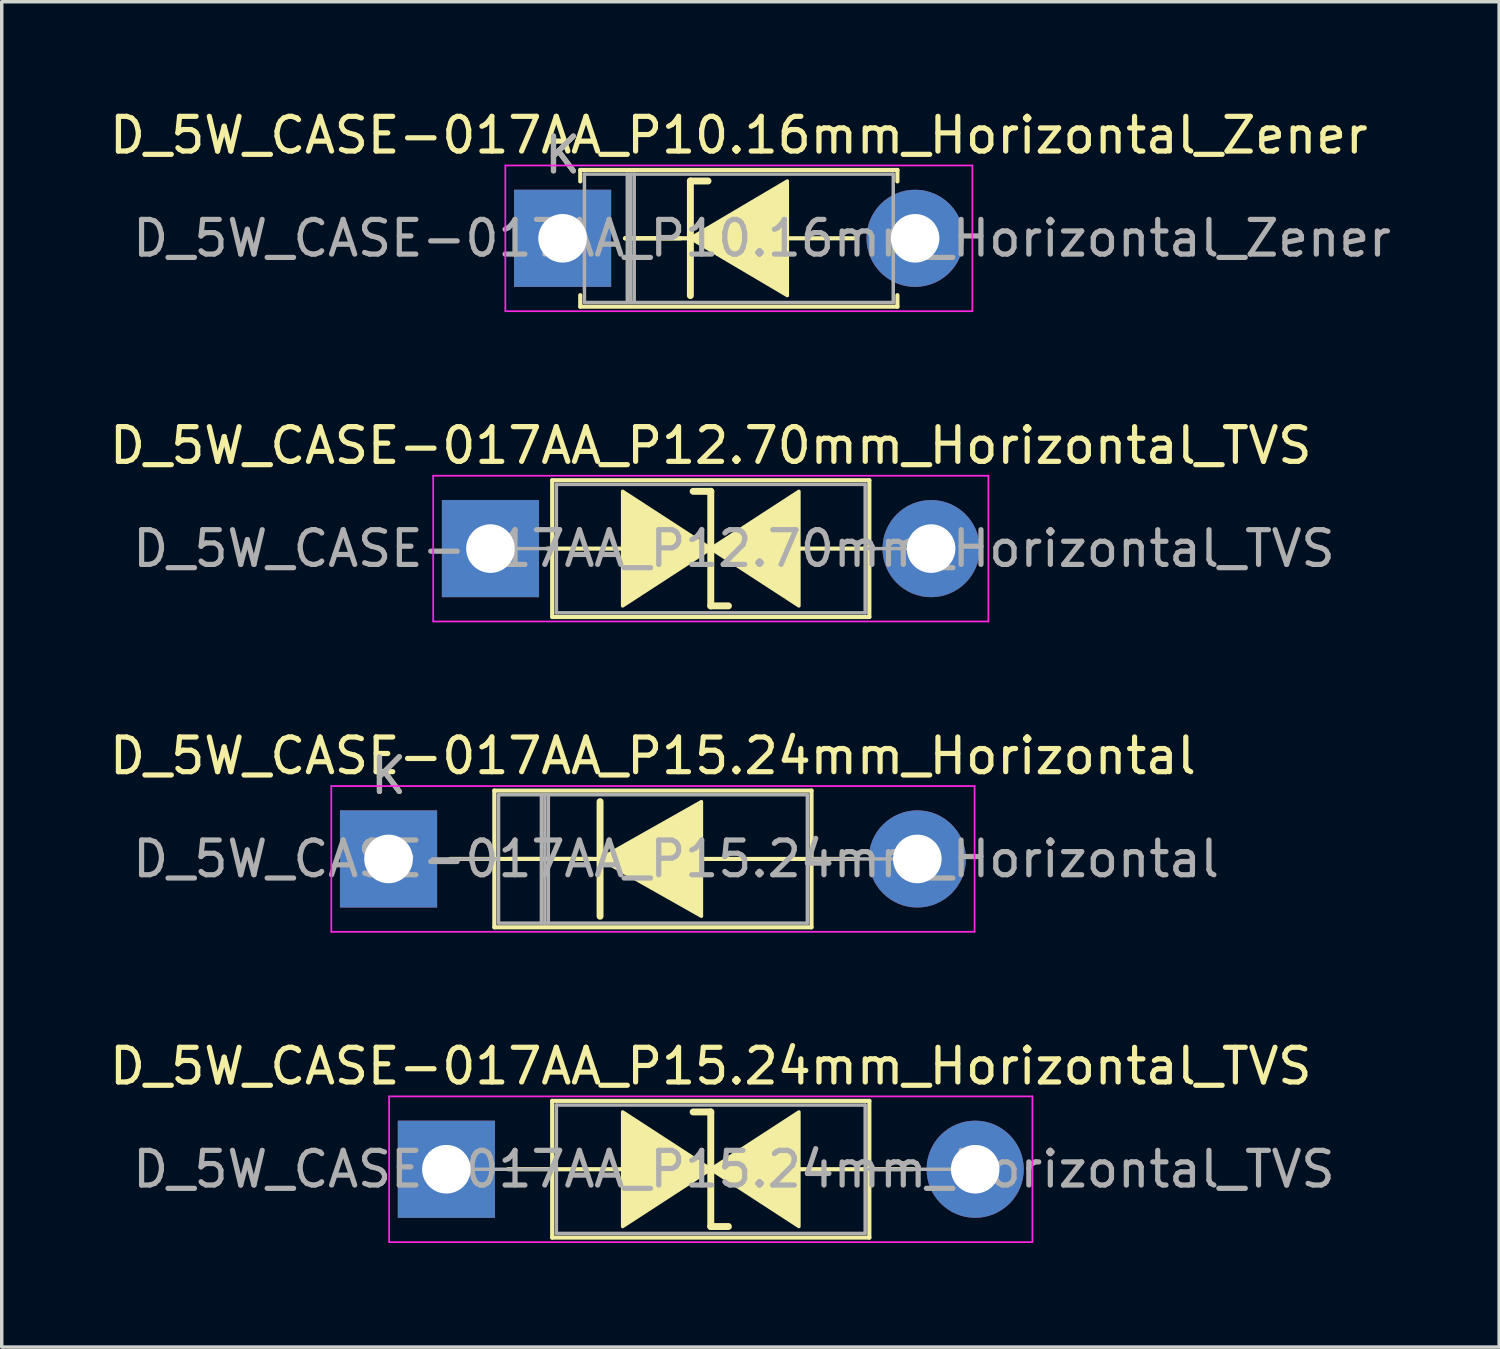
<source format=kicad_pcb>
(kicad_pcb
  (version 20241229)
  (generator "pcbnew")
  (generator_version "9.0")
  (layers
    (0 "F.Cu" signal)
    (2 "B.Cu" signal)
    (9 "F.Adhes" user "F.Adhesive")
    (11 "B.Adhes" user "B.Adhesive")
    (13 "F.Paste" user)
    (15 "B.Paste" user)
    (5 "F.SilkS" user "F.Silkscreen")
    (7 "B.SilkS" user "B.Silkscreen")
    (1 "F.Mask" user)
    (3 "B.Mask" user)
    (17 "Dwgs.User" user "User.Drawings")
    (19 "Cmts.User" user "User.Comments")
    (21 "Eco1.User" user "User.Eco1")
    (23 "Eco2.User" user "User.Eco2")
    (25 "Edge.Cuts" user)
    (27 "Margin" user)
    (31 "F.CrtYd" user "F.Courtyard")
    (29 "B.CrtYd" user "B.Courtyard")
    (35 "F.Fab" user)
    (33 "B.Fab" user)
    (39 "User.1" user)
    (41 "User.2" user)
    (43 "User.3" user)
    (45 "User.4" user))
  (footprint "D_5W_CASE-017AA_P15.24mm_Horizontal_TVS"
    (layer "F.Cu")
    (at 9.815 30.648)
    (property "Reference" "D_5W_CASE-017AA_P15.24mm_Horizontal_TVS" (at 7.62 -2.97 0) (layer "F.SilkS") (effects (font (size 1 1) (thickness 0.15))))
    (fp_line (start 1.778 0) (end 3.05 0) (stroke (width 0.12) (type solid)) (layer "F.SilkS"))
    (fp_line (start 3.048 0) (end 5.08 0) (stroke (width 0.12) (type solid)) (layer "F.SilkS"))
    (fp_line (start 3.05 -1.97) (end 3.05 1.97) (stroke (width 0.12) (type solid)) (layer "F.SilkS"))
    (fp_line (start 3.05 1.97) (end 12.19 1.97) (stroke (width 0.12) (type solid)) (layer "F.SilkS"))
    (fp_line (start 7.62 -1.651) (end 7.112 -1.651) (stroke (width 0.2) (type solid)) (layer "F.SilkS"))
    (fp_line (start 7.62 1.651) (end 7.62 -1.651) (stroke (width 0.2) (type solid)) (layer "F.SilkS"))
    (fp_line (start 8.128 1.651) (end 7.62 1.651) (stroke (width 0.2) (type solid)) (layer "F.SilkS"))
    (fp_line (start 12.19 -1.97) (end 3.05 -1.97) (stroke (width 0.12) (type solid)) (layer "F.SilkS"))
    (fp_line (start 12.19 0) (end 10.16 0) (stroke (width 0.12) (type solid)) (layer "F.SilkS"))
    (fp_line (start 12.19 1.97) (end 12.19 -1.97) (stroke (width 0.12) (type solid)) (layer "F.SilkS"))
    (fp_line (start 13.462 0) (end 12.19 0) (stroke (width 0.12) (type solid)) (layer "F.SilkS"))
    (fp_poly (pts (xy 7.62 0) (xy 5.08 1.651) (xy 5.08 -1.651)) (stroke (width 0.1) (type solid)) (fill yes) (layer "F.SilkS"))
    (fp_poly (pts (xy 7.62 0) (xy 10.16 -1.651) (xy 10.16 1.651)) (stroke (width 0.1) (type solid)) (fill yes) (layer "F.SilkS"))
    (fp_line (start -1.65 -2.1) (end -1.65 2.1) (stroke (width 0.05) (type solid)) (layer "F.CrtYd"))
    (fp_line (start -1.65 2.1) (end 16.89 2.1) (stroke (width 0.05) (type solid)) (layer "F.CrtYd"))
    (fp_line (start 16.89 -2.1) (end -1.65 -2.1) (stroke (width 0.05) (type solid)) (layer "F.CrtYd"))
    (fp_line (start 16.89 2.1) (end 16.89 -2.1) (stroke (width 0.05) (type solid)) (layer "F.CrtYd"))
    (fp_line (start 0 0) (end 3.17 0) (stroke (width 0.1) (type solid)) (layer "F.Fab"))
    (fp_line (start 3.17 -1.85) (end 3.17 1.85) (stroke (width 0.1) (type solid)) (layer "F.Fab"))
    (fp_line (start 3.17 1.85) (end 12.07 1.85) (stroke (width 0.1) (type solid)) (layer "F.Fab"))
    (fp_line (start 12.07 -1.85) (end 3.17 -1.85) (stroke (width 0.1) (type solid)) (layer "F.Fab"))
    (fp_line (start 12.07 1.85) (end 12.07 -1.85) (stroke (width 0.1) (type solid)) (layer "F.Fab"))
    (fp_line (start 15.24 0) (end 12.07 0) (stroke (width 0.1) (type solid)) (layer "F.Fab"))
    (fp_text user "${REFERENCE}" (at 8.287 0 0) (layer "F.Fab") (effects (font (size 1 1) (thickness 0.15))))
    (pad "1" thru_hole rect (at 0 0) (size 2.8 2.8) (drill 1.4) (layers "*.Cu" "*.Mask"))
    (pad "2" thru_hole oval (at 15.24 0) (size 2.8 2.8) (drill 1.4) (layers "*.Cu" "*.Mask")))
  (footprint "D_5W_CASE-017AA_P15.24mm_Horizontal"
    (layer "F.Cu")
    (at 8.148 21.705)
    (property "Reference" "D_5W_CASE-017AA_P15.24mm_Horizontal" (at 7.62 -2.97 0) (layer "F.SilkS") (effects (font (size 1 1) (thickness 0.15))))
    (fp_line (start 1.778 0) (end 6.096 0) (stroke (width 0.12) (type solid)) (layer "F.SilkS"))
    (fp_line (start 3.05 -1.97) (end 3.05 1.97) (stroke (width 0.12) (type solid)) (layer "F.SilkS"))
    (fp_line (start 3.05 1.97) (end 12.19 1.97) (stroke (width 0.12) (type solid)) (layer "F.SilkS"))
    (fp_line (start 5.87 0) (end 3.47 0) (stroke (width 0.12) (type solid)) (layer "F.SilkS"))
    (fp_line (start 6.096 -1.651) (end 6.096 1.651) (stroke (width 0.2) (type solid)) (layer "F.SilkS"))
    (fp_line (start 12.19 -1.97) (end 3.05 -1.97) (stroke (width 0.12) (type solid)) (layer "F.SilkS"))
    (fp_line (start 12.19 1.97) (end 12.19 -1.97) (stroke (width 0.12) (type solid)) (layer "F.SilkS"))
    (fp_line (start 13.462 0) (end 8.89 0) (stroke (width 0.12) (type solid)) (layer "F.SilkS"))
    (fp_poly (pts (xy 9.017 1.651) (xy 6.096 0) (xy 9.017 -1.651)) (stroke (width 0.1) (type solid)) (fill yes) (layer "F.SilkS"))
    (fp_line (start -1.65 -2.1) (end -1.65 2.1) (stroke (width 0.05) (type solid)) (layer "F.CrtYd"))
    (fp_line (start -1.65 2.1) (end 16.89 2.1) (stroke (width 0.05) (type solid)) (layer "F.CrtYd"))
    (fp_line (start 16.89 -2.1) (end -1.65 -2.1) (stroke (width 0.05) (type solid)) (layer "F.CrtYd"))
    (fp_line (start 16.89 2.1) (end 16.89 -2.1) (stroke (width 0.05) (type solid)) (layer "F.CrtYd"))
    (fp_line (start 1.27 0) (end 3.17 0) (stroke (width 0.1) (type solid)) (layer "F.Fab"))
    (fp_line (start 3.17 -1.85) (end 3.17 1.85) (stroke (width 0.1) (type solid)) (layer "F.Fab"))
    (fp_line (start 3.17 1.85) (end 12.07 1.85) (stroke (width 0.1) (type solid)) (layer "F.Fab"))
    (fp_line (start 4.405 -1.85) (end 4.405 1.85) (stroke (width 0.1) (type solid)) (layer "F.Fab"))
    (fp_line (start 4.505 -1.85) (end 4.505 1.85) (stroke (width 0.1) (type solid)) (layer "F.Fab"))
    (fp_line (start 4.605 -1.85) (end 4.605 1.85) (stroke (width 0.1) (type solid)) (layer "F.Fab"))
    (fp_line (start 12.07 -1.85) (end 3.17 -1.85) (stroke (width 0.1) (type solid)) (layer "F.Fab"))
    (fp_line (start 12.07 1.85) (end 12.07 -1.85) (stroke (width 0.1) (type solid)) (layer "F.Fab"))
    (fp_line (start 15.24 0) (end 12.07 0) (stroke (width 0.1) (type solid)) (layer "F.Fab"))
    (fp_text user "K" (at 0 -2.4 0) (layer "F.SilkS") (effects (font (size 1 1) (thickness 0.15))))
    (fp_text user "${REFERENCE}" (at 8.287 0 0) (layer "F.Fab") (effects (font (size 1 1) (thickness 0.15))))
    (fp_text user "K" (at 0 -2.4 0) (layer "F.Fab") (effects (font (size 1 1) (thickness 0.15))))
    (pad "1" thru_hole rect (at 0 0) (size 2.8 2.8) (drill 1.4) (layers "*.Cu" "*.Mask"))
    (pad "2" thru_hole oval (at 15.24 0) (size 2.8 2.8) (drill 1.4) (layers "*.Cu" "*.Mask")))
  (footprint "D_5W_CASE-017AA_P10.16mm_Horizontal_Zener"
    (layer "F.Cu")
    (at 13.164 3.818)
    (property "Reference" "D_5W_CASE-017AA_P10.16mm_Horizontal_Zener" (at 5.08 -2.97 0) (layer "F.SilkS") (effects (font (size 1 1) (thickness 0.15))))
    (fp_line (start 0.51 -1.97) (end 9.65 -1.97) (stroke (width 0.12) (type solid)) (layer "F.SilkS"))
    (fp_line (start 0.51 -1.64) (end 0.51 -1.97) (stroke (width 0.12) (type solid)) (layer "F.SilkS"))
    (fp_line (start 0.51 1.64) (end 0.51 1.97) (stroke (width 0.12) (type solid)) (layer "F.SilkS"))
    (fp_line (start 0.51 1.97) (end 9.65 1.97) (stroke (width 0.12) (type solid)) (layer "F.SilkS"))
    (fp_line (start 1.8 0) (end 3.4 0) (stroke (width 0.12) (type solid)) (layer "F.SilkS"))
    (fp_line (start 3.683 -1.651) (end 3.683 1.651) (stroke (width 0.2) (type solid)) (layer "F.SilkS"))
    (fp_line (start 3.683 -1.651) (end 4.191 -1.651) (stroke (width 0.2) (type solid)) (layer "F.SilkS"))
    (fp_line (start 3.683 0) (end 1.8 0) (stroke (width 0.12) (type solid)) (layer "F.SilkS"))
    (fp_line (start 8.4 0) (end 6.35 0) (stroke (width 0.12) (type solid)) (layer "F.SilkS"))
    (fp_line (start 9.65 -1.97) (end 9.65 -1.64) (stroke (width 0.12) (type solid)) (layer "F.SilkS"))
    (fp_line (start 9.65 1.97) (end 9.65 1.64) (stroke (width 0.12) (type solid)) (layer "F.SilkS"))
    (fp_poly (pts (xy 6.477 1.651) (xy 3.683 0) (xy 6.477 -1.651)) (stroke (width 0.1) (type solid)) (fill yes) (layer "F.SilkS"))
    (fp_line (start -1.65 -2.1) (end -1.65 2.1) (stroke (width 0.05) (type solid)) (layer "F.CrtYd"))
    (fp_line (start -1.65 2.1) (end 11.81 2.1) (stroke (width 0.05) (type solid)) (layer "F.CrtYd"))
    (fp_line (start 11.81 -2.1) (end -1.65 -2.1) (stroke (width 0.05) (type solid)) (layer "F.CrtYd"))
    (fp_line (start 11.81 2.1) (end 11.81 -2.1) (stroke (width 0.05) (type solid)) (layer "F.CrtYd"))
    (fp_line (start 0 0) (end 0.63 0) (stroke (width 0.1) (type solid)) (layer "F.Fab"))
    (fp_line (start 0.63 -1.85) (end 0.63 1.85) (stroke (width 0.1) (type solid)) (layer "F.Fab"))
    (fp_line (start 0.63 1.85) (end 9.53 1.85) (stroke (width 0.1) (type solid)) (layer "F.Fab"))
    (fp_line (start 1.865 -1.85) (end 1.865 1.85) (stroke (width 0.1) (type solid)) (layer "F.Fab"))
    (fp_line (start 1.965 -1.85) (end 1.965 1.85) (stroke (width 0.1) (type solid)) (layer "F.Fab"))
    (fp_line (start 2.065 -1.85) (end 2.065 1.85) (stroke (width 0.1) (type solid)) (layer "F.Fab"))
    (fp_line (start 9.53 -1.85) (end 0.63 -1.85) (stroke (width 0.1) (type solid)) (layer "F.Fab"))
    (fp_line (start 9.53 1.85) (end 9.53 -1.85) (stroke (width 0.1) (type solid)) (layer "F.Fab"))
    (fp_line (start 10.16 0) (end 9.53 0) (stroke (width 0.1) (type solid)) (layer "F.Fab"))
    (fp_text user "K" (at 0 -2.4 0) (layer "F.SilkS") (effects (font (size 1 1) (thickness 0.15))))
    (fp_text user "${REFERENCE}" (at 5.747 0 0) (layer "F.Fab") (effects (font (size 1 1) (thickness 0.15))))
    (fp_text user "K" (at 0 -2.4 0) (layer "F.Fab") (effects (font (size 1 1) (thickness 0.15))))
    (pad "1" thru_hole rect (at 0 0) (size 2.8 2.8) (drill 1.4) (layers "*.Cu" "*.Mask"))
    (pad "2" thru_hole oval (at 10.16 0) (size 2.8 2.8) (drill 1.4) (layers "*.Cu" "*.Mask")))
  (footprint "D_5W_CASE-017AA_P12.70mm_Horizontal_TVS"
    (layer "F.Cu")
    (at 11.085 12.761)
    (property "Reference" "D_5W_CASE-017AA_P12.70mm_Horizontal_TVS" (at 6.35 -2.97 0) (layer "F.SilkS") (effects (font (size 1 1) (thickness 0.15))))
    (fp_line (start 1.64 0) (end 1.78 0) (stroke (width 0.12) (type solid)) (layer "F.SilkS"))
    (fp_line (start 1.778 0) (end 3.81 0) (stroke (width 0.12) (type solid)) (layer "F.SilkS"))
    (fp_line (start 1.78 -1.97) (end 1.78 1.97) (stroke (width 0.12) (type solid)) (layer "F.SilkS"))
    (fp_line (start 1.78 1.97) (end 10.92 1.97) (stroke (width 0.12) (type solid)) (layer "F.SilkS"))
    (fp_line (start 6.35 -1.651) (end 5.842 -1.651) (stroke (width 0.2) (type solid)) (layer "F.SilkS"))
    (fp_line (start 6.35 1.651) (end 6.35 -1.651) (stroke (width 0.2) (type solid)) (layer "F.SilkS"))
    (fp_line (start 6.858 1.651) (end 6.35 1.651) (stroke (width 0.2) (type solid)) (layer "F.SilkS"))
    (fp_line (start 10.92 -1.97) (end 1.78 -1.97) (stroke (width 0.12) (type solid)) (layer "F.SilkS"))
    (fp_line (start 10.92 0) (end 8.89 0) (stroke (width 0.12) (type solid)) (layer "F.SilkS"))
    (fp_line (start 10.92 1.97) (end 10.92 -1.97) (stroke (width 0.12) (type solid)) (layer "F.SilkS"))
    (fp_line (start 11.06 0) (end 10.92 0) (stroke (width 0.12) (type solid)) (layer "F.SilkS"))
    (fp_poly (pts (xy 6.35 0) (xy 3.81 1.651) (xy 3.81 -1.651)) (stroke (width 0.1) (type solid)) (fill yes) (layer "F.SilkS"))
    (fp_poly (pts (xy 6.35 0) (xy 8.89 -1.651) (xy 8.89 1.651)) (stroke (width 0.1) (type solid)) (fill yes) (layer "F.SilkS"))
    (fp_line (start -1.65 -2.1) (end -1.65 2.1) (stroke (width 0.05) (type solid)) (layer "F.CrtYd"))
    (fp_line (start -1.65 2.1) (end 14.35 2.1) (stroke (width 0.05) (type solid)) (layer "F.CrtYd"))
    (fp_line (start 14.35 -2.1) (end -1.65 -2.1) (stroke (width 0.05) (type solid)) (layer "F.CrtYd"))
    (fp_line (start 14.35 2.1) (end 14.35 -2.1) (stroke (width 0.05) (type solid)) (layer "F.CrtYd"))
    (fp_line (start 0 0) (end 1.9 0) (stroke (width 0.1) (type solid)) (layer "F.Fab"))
    (fp_line (start 1.9 -1.85) (end 1.9 1.85) (stroke (width 0.1) (type solid)) (layer "F.Fab"))
    (fp_line (start 1.9 1.85) (end 10.8 1.85) (stroke (width 0.1) (type solid)) (layer "F.Fab"))
    (fp_line (start 10.8 -1.85) (end 1.9 -1.85) (stroke (width 0.1) (type solid)) (layer "F.Fab"))
    (fp_line (start 10.8 1.85) (end 10.8 -1.85) (stroke (width 0.1) (type solid)) (layer "F.Fab"))
    (fp_line (start 12.7 0) (end 10.8 0) (stroke (width 0.1) (type solid)) (layer "F.Fab"))
    (fp_text user "${REFERENCE}" (at 7.018 0 0) (layer "F.Fab") (effects (font (size 1 1) (thickness 0.15))))
    (pad "1" thru_hole rect (at 0 0) (size 2.8 2.8) (drill 1.4) (layers "*.Cu" "*.Mask"))
    (pad "2" thru_hole oval (at 12.7 0) (size 2.8 2.8) (drill 1.4) (layers "*.Cu" "*.Mask")))
  (gr_rect
    (start -3 -3)
    (end 40.156 35.773)
    (stroke (width 0.1) (type default))
    (fill no)
    (layer "Edge.Cuts")))
</source>
